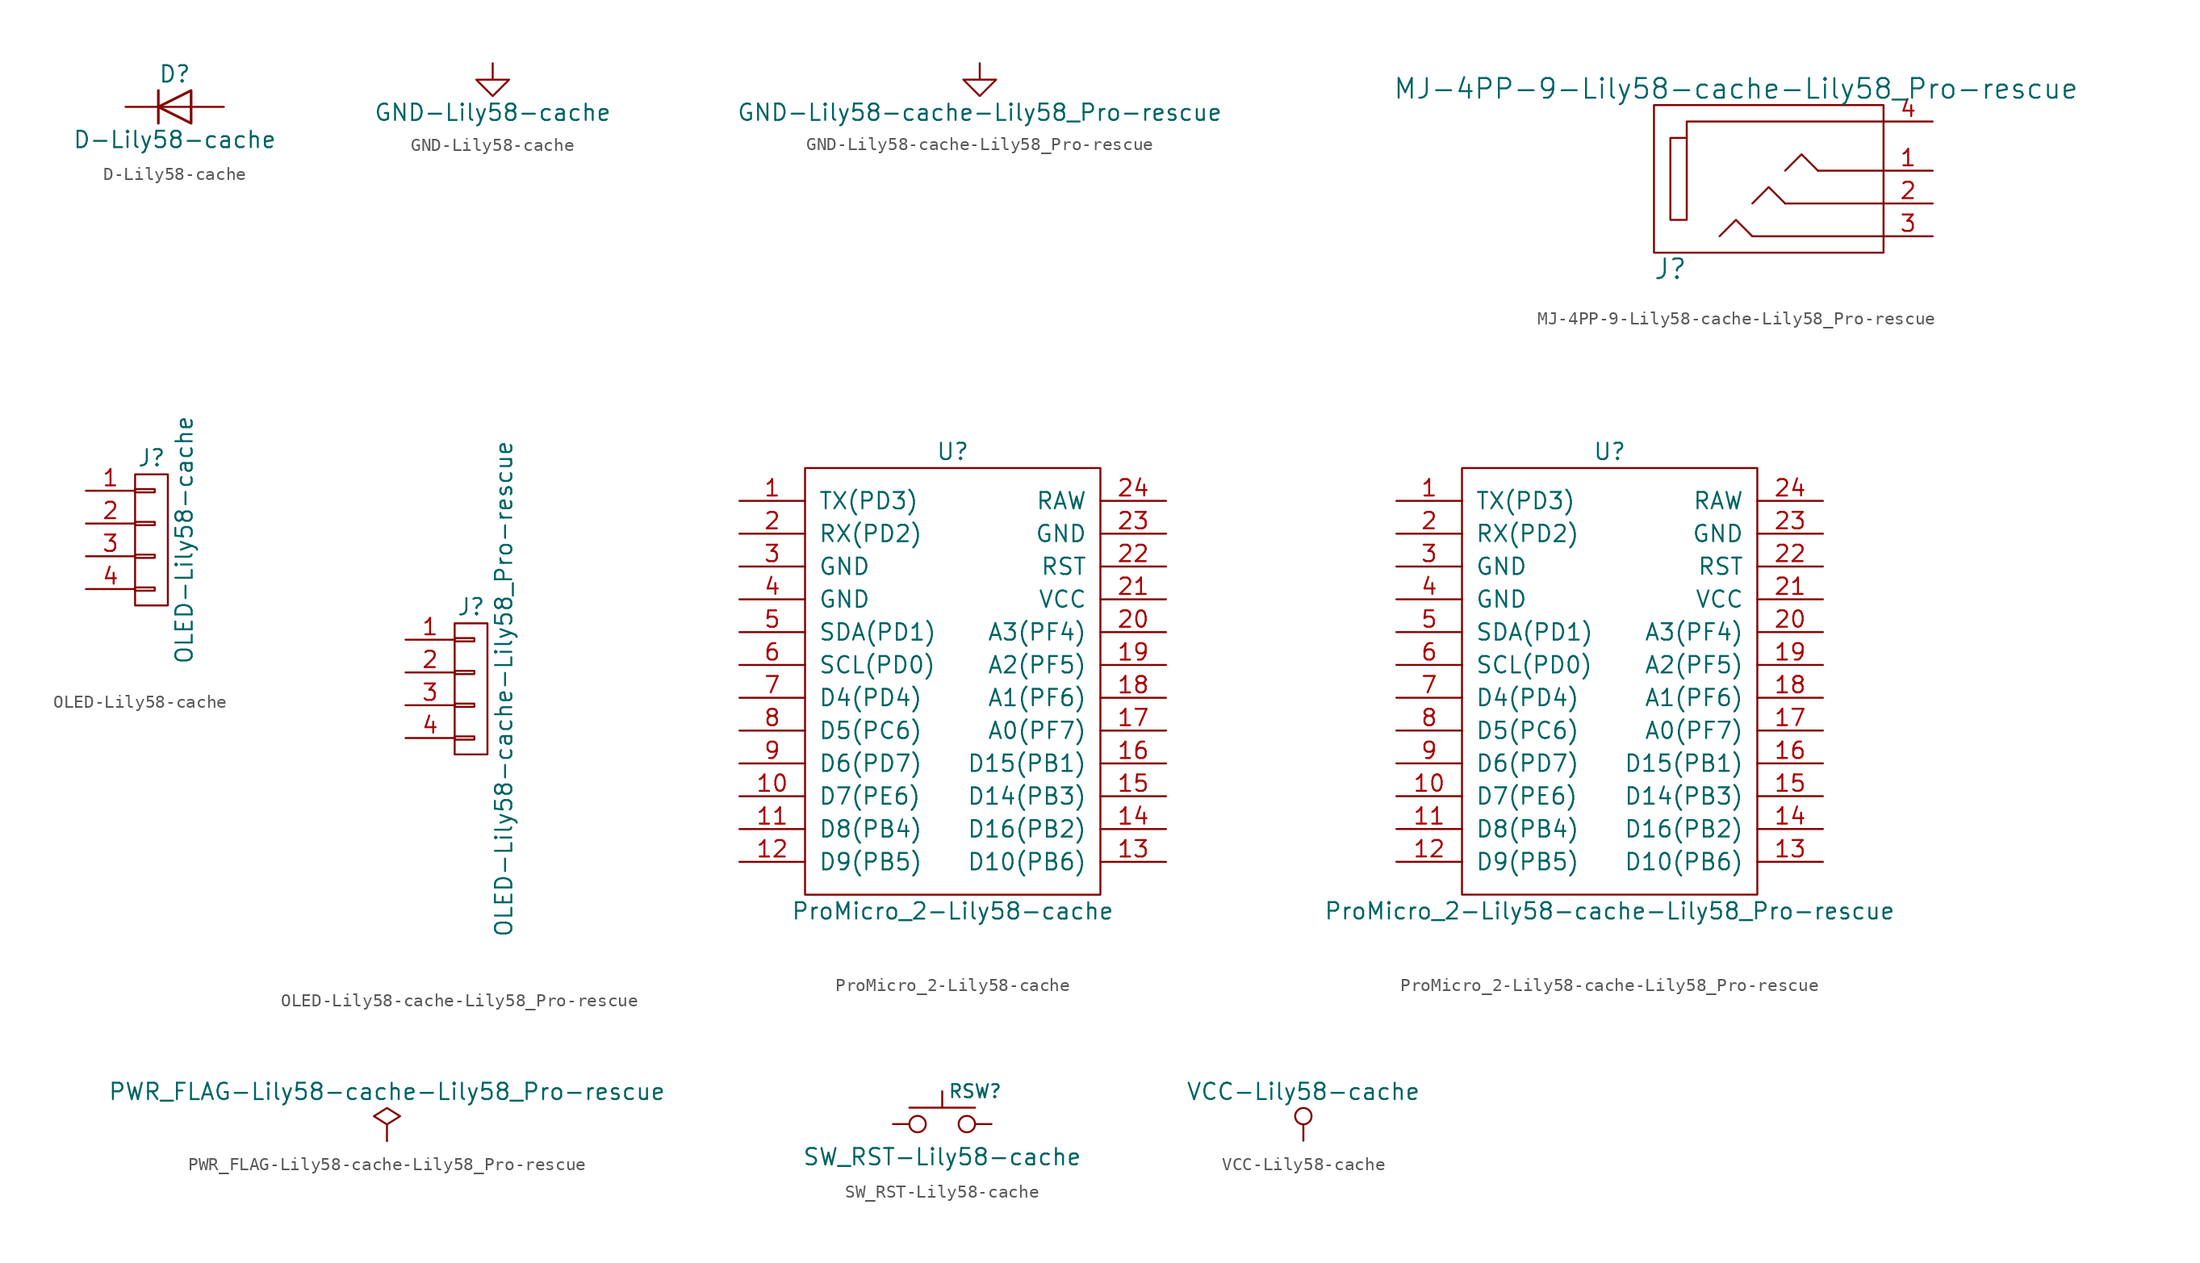
<source format=kicad_sym>
(kicad_symbol_lib
  (version 20241209)
  (generator "kicad_symbol_editor")
  (generator_version "9.0")
  (symbol "D-Lily58-cache"
    (pin_numbers
      (hide yes))
    (pin_names
      (offset 1.016)
      (hide yes))
    (property "Reference" "D"
      (at 0 2.54 0)
      (effects (font (size 1.27 1.27))))
    (property "Value" "D-Lily58-cache"
      (at 0 -2.54 0)
      (effects (font (size 1.27 1.27))))
    (symbol "D-Lily58-cache_0_1"
      (polyline (pts (xy -1.27 1.27) (xy -1.27 -1.27)) (stroke (width 0.203) (type solid)) (fill (type none)))
      (polyline (pts (xy 1.27 1.27) (xy 1.27 -1.27) (xy -1.27 0) (xy 1.27 1.27)) (stroke (width 0.203) (type solid)) (fill (type none)))
      (polyline (pts (xy 1.27 0) (xy -1.27 0)) (stroke (width 0) (type solid)) (fill (type none))))
    (symbol "D-Lily58-cache_1_1"
      (pin passive line (at -3.81 0 0) (length 2.54) (name "K" (effects (font (size 1.27 1.27)))) (number "1" (effects (font (size 1.27 1.27)))))
      (pin passive line (at 3.81 0 180) (length 2.54) (name "A" (effects (font (size 1.27 1.27)))) (number "2" (effects (font (size 1.27 1.27)))))))
  (symbol "GND-Lily58-cache"
    (power)
    (pin_names
      (offset 0))
    (property "Reference" "#PWR"
      (at 0 -6.35 0)
      (effects (font (size 1.27 1.27)) (hide yes)))
    (property "Value" "GND-Lily58-cache"
      (at 0 -3.81 0)
      (effects (font (size 1.27 1.27))))
    (symbol "GND-Lily58-cache_1_1"
      (polyline (pts (xy 0 0) (xy 0 -1.27) (xy 1.27 -1.27) (xy 0 -2.54) (xy -1.27 -1.27) (xy 0 -1.27)) (stroke (width 0) (type solid)) (fill (type none)))
      (pin power_in line (at 0 0 0) (length 0) (hide yes) (name "GND" (effects (font (size 1.27 1.27)))) (number "1" (effects (font (size 1.27 1.27)))))))
  (symbol "GND-Lily58-cache-Lily58_Pro-rescue"
    (power)
    (pin_names
      (offset 0))
    (property "Reference" "#PWR"
      (at 0 -6.35 0)
      (effects (font (size 1.27 1.27)) (hide yes)))
    (property "Value" "GND-Lily58-cache-Lily58_Pro-rescue"
      (at 0 -3.81 0)
      (effects (font (size 1.27 1.27))))
    (symbol "GND-Lily58-cache-Lily58_Pro-rescue_1_1"
      (polyline (pts (xy 0 0) (xy 0 -1.27) (xy 1.27 -1.27) (xy 0 -2.54) (xy -1.27 -1.27) (xy 0 -1.27)) (stroke (width 0) (type solid)) (fill (type none)))
      (pin power_in line (at 0 0 0) (length 0) (hide yes) (name "GND" (effects (font (size 1.27 1.27)))) (number "1" (effects (font (size 1.27 1.27)))))))
  (symbol "MJ-4PP-9-Lily58-cache-Lily58_Pro-rescue"
    (pin_names
      (offset 1.016))
    (property "Reference" "J"
      (at -8.89 -7.62 0)
      (effects (font (size 1.524 1.524))))
    (property "Value" "MJ-4PP-9-Lily58-cache-Lily58_Pro-rescue"
      (at -3.81 6.35 0)
      (effects (font (size 1.524 1.524))))
    (property "Footprint" ""
      (at 0 0 0)
      (effects (font (size 1.524 1.524))))
    (property "Datasheet" ""
      (at 0 0 0)
      (effects (font (size 1.524 1.524))))
    (symbol "MJ-4PP-9-Lily58-cache-Lily58_Pro-rescue_0_1"
      (rectangle (start -7.62 2.54) (end -8.89 -3.81) (stroke (width 0) (type solid)) (fill (type none)))
      (polyline (pts (xy -2.54 -5.08) (xy 7.62 -5.08) (xy 7.62 -5.08)) (stroke (width 0) (type solid)) (fill (type none)))
      (polyline (pts (xy -2.54 -5.08) (xy -3.81 -3.81) (xy -5.08 -5.08) (xy -5.08 -5.08)) (stroke (width 0) (type solid)) (fill (type none)))
      (polyline (pts (xy 0 0) (xy 1.27 1.27) (xy 2.54 0)) (stroke (width 0) (type solid)) (fill (type none)))
      (polyline (pts (xy 0 -2.54) (xy -1.27 -1.27) (xy -2.54 -2.54)) (stroke (width 0) (type solid)) (fill (type none)))
      (polyline (pts (xy 0 -2.54) (xy 7.62 -2.54) (xy 7.62 -2.54) (xy 7.62 -2.54)) (stroke (width 0) (type solid)) (fill (type none)))
      (polyline (pts (xy 2.54 0) (xy 7.62 0)) (stroke (width 0) (type solid)) (fill (type none)))
      (polyline (pts (xy 7.62 3.81) (xy -7.62 3.81) (xy -7.62 2.54)) (stroke (width 0) (type solid)) (fill (type none)))
      (rectangle (start 7.62 -6.35) (end -10.16 5.08) (stroke (width 0) (type solid)) (fill (type none))))
    (symbol "MJ-4PP-9-Lily58-cache-Lily58_Pro-rescue_1_1"
      (pin passive line (at 11.43 3.81 180) (length 3.81) (name "~" (effects (font (size 1.27 1.27)))) (number "4" (effects (font (size 1.27 1.27)))))
      (pin passive line (at 11.43 0 180) (length 3.81) (name "~" (effects (font (size 1.27 1.27)))) (number "1" (effects (font (size 1.27 1.27)))))
      (pin passive line (at 11.43 -2.54 180) (length 3.81) (name "~" (effects (font (size 1.27 1.27)))) (number "2" (effects (font (size 1.27 1.27)))))
      (pin passive line (at 11.43 -5.08 180) (length 3.81) (name "~" (effects (font (size 1.27 1.27)))) (number "3" (effects (font (size 1.27 1.27)))))))
  (symbol "OLED-Lily58-cache"
    (pin_names
      (offset 1.016)
      (hide yes))
    (property "Reference" "J"
      (at 0 6.35 0)
      (effects (font (size 1.27 1.27))))
    (property "Value" "OLED-Lily58-cache"
      (at 2.54 0 90)
      (effects (font (size 1.27 1.27))))
    (property "Footprint" ""
      (at 0 0 0)
      (effects (font (size 1.27 1.27))))
    (property "Datasheet" ""
      (at 0 0 0)
      (effects (font (size 1.27 1.27))))
    (symbol "OLED-Lily58-cache_0_1"
      (rectangle (start -1.27 5.08) (end 1.27 -5.08) (stroke (width 0) (type solid)) (fill (type none)))
      (rectangle (start -1.27 3.937) (end 0.254 3.683) (stroke (width 0) (type solid)) (fill (type none)))
      (rectangle (start -1.27 1.397) (end 0.254 1.143) (stroke (width 0) (type solid)) (fill (type none)))
      (rectangle (start -1.27 -1.143) (end 0.254 -1.397) (stroke (width 0) (type solid)) (fill (type none)))
      (rectangle (start -1.27 -3.683) (end 0.254 -3.937) (stroke (width 0) (type solid)) (fill (type none))))
    (symbol "OLED-Lily58-cache_1_1"
      (pin passive line (at -5.08 3.81 0) (length 3.81) (name "P1" (effects (font (size 1.27 1.27)))) (number "1" (effects (font (size 1.27 1.27)))))
      (pin passive line (at -5.08 1.27 0) (length 3.81) (name "P2" (effects (font (size 1.27 1.27)))) (number "2" (effects (font (size 1.27 1.27)))))
      (pin passive line (at -5.08 -1.27 0) (length 3.81) (name "P3" (effects (font (size 1.27 1.27)))) (number "3" (effects (font (size 1.27 1.27)))))
      (pin passive line (at -5.08 -3.81 0) (length 3.81) (name "P4" (effects (font (size 1.27 1.27)))) (number "4" (effects (font (size 1.27 1.27)))))))
  (symbol "OLED-Lily58-cache-Lily58_Pro-rescue"
    (pin_names
      (offset 1.016)
      (hide yes))
    (property "Reference" "J"
      (at 0 6.35 0)
      (effects (font (size 1.27 1.27))))
    (property "Value" "OLED-Lily58-cache-Lily58_Pro-rescue"
      (at 2.54 0 90)
      (effects (font (size 1.27 1.27))))
    (property "Footprint" ""
      (at 0 0 0)
      (effects (font (size 1.27 1.27))))
    (property "Datasheet" ""
      (at 0 0 0)
      (effects (font (size 1.27 1.27))))
    (symbol "OLED-Lily58-cache-Lily58_Pro-rescue_0_1"
      (rectangle (start -1.27 5.08) (end 1.27 -5.08) (stroke (width 0) (type solid)) (fill (type none)))
      (rectangle (start -1.27 3.937) (end 0.254 3.683) (stroke (width 0) (type solid)) (fill (type none)))
      (rectangle (start -1.27 1.397) (end 0.254 1.143) (stroke (width 0) (type solid)) (fill (type none)))
      (rectangle (start -1.27 -1.143) (end 0.254 -1.397) (stroke (width 0) (type solid)) (fill (type none)))
      (rectangle (start -1.27 -3.683) (end 0.254 -3.937) (stroke (width 0) (type solid)) (fill (type none))))
    (symbol "OLED-Lily58-cache-Lily58_Pro-rescue_1_1"
      (pin passive line (at -5.08 3.81 0) (length 3.81) (name "P1" (effects (font (size 1.27 1.27)))) (number "1" (effects (font (size 1.27 1.27)))))
      (pin passive line (at -5.08 1.27 0) (length 3.81) (name "P2" (effects (font (size 1.27 1.27)))) (number "2" (effects (font (size 1.27 1.27)))))
      (pin passive line (at -5.08 -1.27 0) (length 3.81) (name "P3" (effects (font (size 1.27 1.27)))) (number "3" (effects (font (size 1.27 1.27)))))
      (pin passive line (at -5.08 -3.81 0) (length 3.81) (name "P4" (effects (font (size 1.27 1.27)))) (number "4" (effects (font (size 1.27 1.27)))))))
  (symbol "ProMicro_2-Lily58-cache"
    (pin_names
      (offset 1.016))
    (property "Reference" "U"
      (at 0 17.78 0)
      (effects (font (size 1.27 1.27))))
    (property "Value" "ProMicro_2-Lily58-cache"
      (at 0 -17.78 0)
      (effects (font (size 1.27 1.27))))
    (symbol "ProMicro_2-Lily58-cache_0_1"
      (rectangle (start -11.43 16.51) (end 11.43 -16.51) (stroke (width 0) (type solid)) (fill (type none))))
    (symbol "ProMicro_2-Lily58-cache_1_1"
      (pin input line (at -16.51 13.97 0) (length 5.08) (name "TX(PD3)" (effects (font (size 1.27 1.27)))) (number "1" (effects (font (size 1.27 1.27)))))
      (pin input line (at -16.51 11.43 0) (length 5.08) (name "RX(PD2)" (effects (font (size 1.27 1.27)))) (number "2" (effects (font (size 1.27 1.27)))))
      (pin input line (at -16.51 8.89 0) (length 5.08) (name "GND" (effects (font (size 1.27 1.27)))) (number "3" (effects (font (size 1.27 1.27)))))
      (pin input line (at -16.51 6.35 0) (length 5.08) (name "GND" (effects (font (size 1.27 1.27)))) (number "4" (effects (font (size 1.27 1.27)))))
      (pin input line (at -16.51 3.81 0) (length 5.08) (name "SDA(PD1)" (effects (font (size 1.27 1.27)))) (number "5" (effects (font (size 1.27 1.27)))))
      (pin input line (at -16.51 1.27 0) (length 5.08) (name "SCL(PD0)" (effects (font (size 1.27 1.27)))) (number "6" (effects (font (size 1.27 1.27)))))
      (pin input line (at -16.51 -1.27 0) (length 5.08) (name "D4(PD4)" (effects (font (size 1.27 1.27)))) (number "7" (effects (font (size 1.27 1.27)))))
      (pin input line (at -16.51 -3.81 0) (length 5.08) (name "D5(PC6)" (effects (font (size 1.27 1.27)))) (number "8" (effects (font (size 1.27 1.27)))))
      (pin input line (at -16.51 -6.35 0) (length 5.08) (name "D6(PD7)" (effects (font (size 1.27 1.27)))) (number "9" (effects (font (size 1.27 1.27)))))
      (pin input line (at -16.51 -8.89 0) (length 5.08) (name "D7(PE6)" (effects (font (size 1.27 1.27)))) (number "10" (effects (font (size 1.27 1.27)))))
      (pin input line (at -16.51 -11.43 0) (length 5.08) (name "D8(PB4)" (effects (font (size 1.27 1.27)))) (number "11" (effects (font (size 1.27 1.27)))))
      (pin input line (at -16.51 -13.97 0) (length 5.08) (name "D9(PB5)" (effects (font (size 1.27 1.27)))) (number "12" (effects (font (size 1.27 1.27)))))
      (pin input line (at 16.51 13.97 180) (length 5.08) (name "RAW" (effects (font (size 1.27 1.27)))) (number "24" (effects (font (size 1.27 1.27)))))
      (pin input line (at 16.51 11.43 180) (length 5.08) (name "GND" (effects (font (size 1.27 1.27)))) (number "23" (effects (font (size 1.27 1.27)))))
      (pin input line (at 16.51 8.89 180) (length 5.08) (name "RST" (effects (font (size 1.27 1.27)))) (number "22" (effects (font (size 1.27 1.27)))))
      (pin input line (at 16.51 6.35 180) (length 5.08) (name "VCC" (effects (font (size 1.27 1.27)))) (number "21" (effects (font (size 1.27 1.27)))))
      (pin input line (at 16.51 3.81 180) (length 5.08) (name "A3(PF4)" (effects (font (size 1.27 1.27)))) (number "20" (effects (font (size 1.27 1.27)))))
      (pin input line (at 16.51 1.27 180) (length 5.08) (name "A2(PF5)" (effects (font (size 1.27 1.27)))) (number "19" (effects (font (size 1.27 1.27)))))
      (pin input line (at 16.51 -1.27 180) (length 5.08) (name "A1(PF6)" (effects (font (size 1.27 1.27)))) (number "18" (effects (font (size 1.27 1.27)))))
      (pin input line (at 16.51 -3.81 180) (length 5.08) (name "A0(PF7)" (effects (font (size 1.27 1.27)))) (number "17" (effects (font (size 1.27 1.27)))))
      (pin input line (at 16.51 -6.35 180) (length 5.08) (name "D15(PB1)" (effects (font (size 1.27 1.27)))) (number "16" (effects (font (size 1.27 1.27)))))
      (pin input line (at 16.51 -8.89 180) (length 5.08) (name "D14(PB3)" (effects (font (size 1.27 1.27)))) (number "15" (effects (font (size 1.27 1.27)))))
      (pin input line (at 16.51 -11.43 180) (length 5.08) (name "D16(PB2)" (effects (font (size 1.27 1.27)))) (number "14" (effects (font (size 1.27 1.27)))))
      (pin input line (at 16.51 -13.97 180) (length 5.08) (name "D10(PB6)" (effects (font (size 1.27 1.27)))) (number "13" (effects (font (size 1.27 1.27)))))))
  (symbol "ProMicro_2-Lily58-cache-Lily58_Pro-rescue"
    (pin_names
      (offset 1.016))
    (property "Reference" "U"
      (at 0 17.78 0)
      (effects (font (size 1.27 1.27))))
    (property "Value" "ProMicro_2-Lily58-cache-Lily58_Pro-rescue"
      (at 0 -17.78 0)
      (effects (font (size 1.27 1.27))))
    (symbol "ProMicro_2-Lily58-cache-Lily58_Pro-rescue_0_1"
      (rectangle (start -11.43 16.51) (end 11.43 -16.51) (stroke (width 0) (type solid)) (fill (type none))))
    (symbol "ProMicro_2-Lily58-cache-Lily58_Pro-rescue_1_1"
      (pin input line (at -16.51 13.97 0) (length 5.08) (name "TX(PD3)" (effects (font (size 1.27 1.27)))) (number "1" (effects (font (size 1.27 1.27)))))
      (pin input line (at -16.51 11.43 0) (length 5.08) (name "RX(PD2)" (effects (font (size 1.27 1.27)))) (number "2" (effects (font (size 1.27 1.27)))))
      (pin input line (at -16.51 8.89 0) (length 5.08) (name "GND" (effects (font (size 1.27 1.27)))) (number "3" (effects (font (size 1.27 1.27)))))
      (pin input line (at -16.51 6.35 0) (length 5.08) (name "GND" (effects (font (size 1.27 1.27)))) (number "4" (effects (font (size 1.27 1.27)))))
      (pin input line (at -16.51 3.81 0) (length 5.08) (name "SDA(PD1)" (effects (font (size 1.27 1.27)))) (number "5" (effects (font (size 1.27 1.27)))))
      (pin input line (at -16.51 1.27 0) (length 5.08) (name "SCL(PD0)" (effects (font (size 1.27 1.27)))) (number "6" (effects (font (size 1.27 1.27)))))
      (pin input line (at -16.51 -1.27 0) (length 5.08) (name "D4(PD4)" (effects (font (size 1.27 1.27)))) (number "7" (effects (font (size 1.27 1.27)))))
      (pin input line (at -16.51 -3.81 0) (length 5.08) (name "D5(PC6)" (effects (font (size 1.27 1.27)))) (number "8" (effects (font (size 1.27 1.27)))))
      (pin input line (at -16.51 -6.35 0) (length 5.08) (name "D6(PD7)" (effects (font (size 1.27 1.27)))) (number "9" (effects (font (size 1.27 1.27)))))
      (pin input line (at -16.51 -8.89 0) (length 5.08) (name "D7(PE6)" (effects (font (size 1.27 1.27)))) (number "10" (effects (font (size 1.27 1.27)))))
      (pin input line (at -16.51 -11.43 0) (length 5.08) (name "D8(PB4)" (effects (font (size 1.27 1.27)))) (number "11" (effects (font (size 1.27 1.27)))))
      (pin input line (at -16.51 -13.97 0) (length 5.08) (name "D9(PB5)" (effects (font (size 1.27 1.27)))) (number "12" (effects (font (size 1.27 1.27)))))
      (pin input line (at 16.51 13.97 180) (length 5.08) (name "RAW" (effects (font (size 1.27 1.27)))) (number "24" (effects (font (size 1.27 1.27)))))
      (pin input line (at 16.51 11.43 180) (length 5.08) (name "GND" (effects (font (size 1.27 1.27)))) (number "23" (effects (font (size 1.27 1.27)))))
      (pin input line (at 16.51 8.89 180) (length 5.08) (name "RST" (effects (font (size 1.27 1.27)))) (number "22" (effects (font (size 1.27 1.27)))))
      (pin input line (at 16.51 6.35 180) (length 5.08) (name "VCC" (effects (font (size 1.27 1.27)))) (number "21" (effects (font (size 1.27 1.27)))))
      (pin input line (at 16.51 3.81 180) (length 5.08) (name "A3(PF4)" (effects (font (size 1.27 1.27)))) (number "20" (effects (font (size 1.27 1.27)))))
      (pin input line (at 16.51 1.27 180) (length 5.08) (name "A2(PF5)" (effects (font (size 1.27 1.27)))) (number "19" (effects (font (size 1.27 1.27)))))
      (pin input line (at 16.51 -1.27 180) (length 5.08) (name "A1(PF6)" (effects (font (size 1.27 1.27)))) (number "18" (effects (font (size 1.27 1.27)))))
      (pin input line (at 16.51 -3.81 180) (length 5.08) (name "A0(PF7)" (effects (font (size 1.27 1.27)))) (number "17" (effects (font (size 1.27 1.27)))))
      (pin input line (at 16.51 -6.35 180) (length 5.08) (name "D15(PB1)" (effects (font (size 1.27 1.27)))) (number "16" (effects (font (size 1.27 1.27)))))
      (pin input line (at 16.51 -8.89 180) (length 5.08) (name "D14(PB3)" (effects (font (size 1.27 1.27)))) (number "15" (effects (font (size 1.27 1.27)))))
      (pin input line (at 16.51 -11.43 180) (length 5.08) (name "D16(PB2)" (effects (font (size 1.27 1.27)))) (number "14" (effects (font (size 1.27 1.27)))))
      (pin input line (at 16.51 -13.97 180) (length 5.08) (name "D10(PB6)" (effects (font (size 1.27 1.27)))) (number "13" (effects (font (size 1.27 1.27)))))))
  (symbol "PWR_FLAG-Lily58-cache-Lily58_Pro-rescue"
    (power)
    (pin_numbers
      (hide yes))
    (pin_names
      (offset 0)
      (hide yes))
    (property "Reference" "#FLG"
      (at 0 0 0)
      (effects (font (size 1.27 1.27)) (hide yes)))
    (property "Value" "PWR_FLAG-Lily58-cache-Lily58_Pro-rescue"
      (at 0 3.81 0)
      (effects (font (size 1.27 1.27))))
    (symbol "PWR_FLAG-Lily58-cache-Lily58_Pro-rescue_0_0"
      (pin power_out line (at 0 0 90) (length 0) (name "pwr" (effects (font (size 1.27 1.27)))) (number "1" (effects (font (size 1.27 1.27))))))
    (symbol "PWR_FLAG-Lily58-cache-Lily58_Pro-rescue_0_1"
      (polyline (pts (xy 0 0) (xy 0 1.27) (xy -1.016 1.905) (xy 0 2.54) (xy 1.016 1.905) (xy 0 1.27)) (stroke (width 0) (type solid)) (fill (type none)))))
  (symbol "SW_RST-Lily58-cache"
    (pin_numbers
      (hide yes))
    (pin_names
      (offset 1.016)
      (hide yes))
    (property "Reference" "RSW"
      (at 2.54 2.54 0)
      (effects (font (size 1.016 1.016))))
    (property "Value" "SW_RST-Lily58-cache"
      (at 0 -2.54 0)
      (effects (font (size 1.27 1.27))))
    (symbol "SW_RST-Lily58-cache_0_1"
      (polyline (pts (xy -2.54 1.27) (xy 2.54 1.27)) (stroke (width 0) (type solid)) (fill (type none)))
      (polyline (pts (xy 0 2.54) (xy 0 1.27)) (stroke (width 0) (type solid)) (fill (type none)))
      (pin passive inverted (at -3.81 0 0) (length 2.54) (name "1" (effects (font (size 1.27 1.27)))) (number "1" (effects (font (size 1.27 1.27)))))
      (pin passive inverted (at 3.81 0 180) (length 2.54) (name "2" (effects (font (size 1.27 1.27)))) (number "2" (effects (font (size 1.27 1.27)))))))
  (symbol "VCC-Lily58-cache"
    (power)
    (pin_names
      (offset 0))
    (property "Reference" "#PWR"
      (at 0 -3.81 0)
      (effects (font (size 1.27 1.27)) (hide yes)))
    (property "Value" "VCC-Lily58-cache"
      (at 0 3.81 0)
      (effects (font (size 1.27 1.27))))
    (symbol "VCC-Lily58-cache_0_1"
      (circle (center 0 1.905) (radius 0.635) (stroke (width 0) (type solid)) (fill (type none)))
      (polyline (pts (xy 0 0) (xy 0 1.27)) (stroke (width 0) (type solid)) (fill (type none))))
    (symbol "VCC-Lily58-cache_1_1"
      (pin power_in line (at 0 0 90) (length 0) (hide yes) (name "VCC" (effects (font (size 1.27 1.27)))) (number "1" (effects (font (size 1.27 1.27))))))))
</source>
